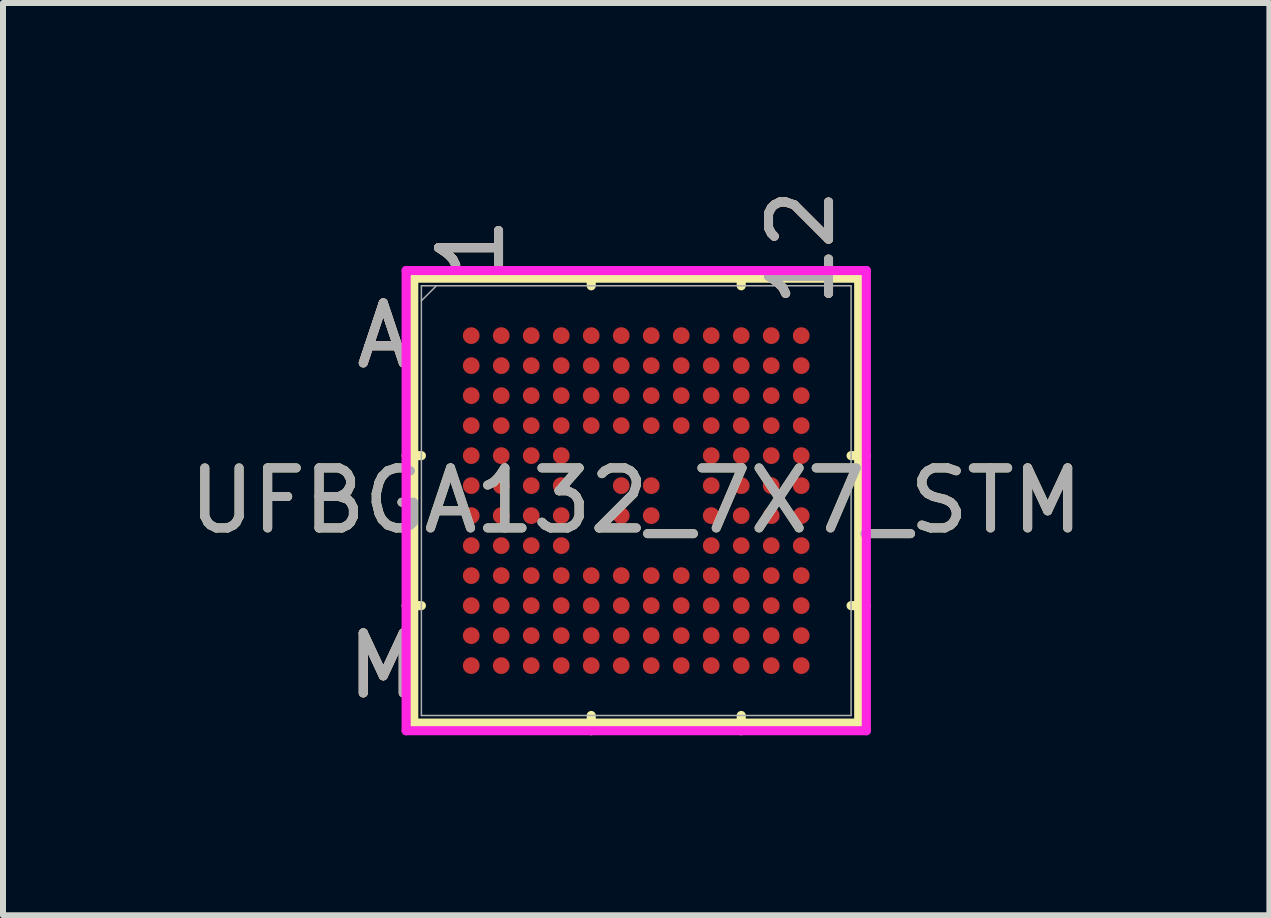
<source format=kicad_pcb>
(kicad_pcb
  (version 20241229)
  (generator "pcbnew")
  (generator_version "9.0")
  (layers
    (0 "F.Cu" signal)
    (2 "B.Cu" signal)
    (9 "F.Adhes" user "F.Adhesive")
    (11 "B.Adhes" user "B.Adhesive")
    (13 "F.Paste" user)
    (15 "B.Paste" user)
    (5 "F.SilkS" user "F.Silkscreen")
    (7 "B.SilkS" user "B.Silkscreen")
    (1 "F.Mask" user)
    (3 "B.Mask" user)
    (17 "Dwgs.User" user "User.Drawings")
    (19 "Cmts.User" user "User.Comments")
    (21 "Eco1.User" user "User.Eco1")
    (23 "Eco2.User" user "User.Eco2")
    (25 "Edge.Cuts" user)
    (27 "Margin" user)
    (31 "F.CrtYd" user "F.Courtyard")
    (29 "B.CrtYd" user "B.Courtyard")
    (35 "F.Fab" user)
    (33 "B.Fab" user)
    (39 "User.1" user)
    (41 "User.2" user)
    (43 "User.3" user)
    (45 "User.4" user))
  (footprint "UFBGA132_7X7_STM"
    (layer "F.Cu")
    (at 7.554 5.294)
    (property "Reference" "UFBGA132_7X7_STM" (at 0 0 0) (unlocked yes) (layer "F.SilkS") (effects (font (size 1 1) (thickness 0.15))))
    (attr smd)
    (fp_line (start -3.708 -3.708) (end -3.708 3.708) (stroke (width 0.152) (type solid)) (layer "F.SilkS"))
    (fp_line (start -3.708 3.708) (end 3.708 3.708) (stroke (width 0.152) (type solid)) (layer "F.SilkS"))
    (fp_line (start -3.581 -0.75) (end -3.835 -0.75) (stroke (width 0.152) (type solid)) (layer "F.SilkS"))
    (fp_line (start -3.581 1.75) (end -3.835 1.75) (stroke (width 0.152) (type solid)) (layer "F.SilkS"))
    (fp_line (start -0.75 -3.581) (end -0.75 -3.835) (stroke (width 0.152) (type solid)) (layer "F.SilkS"))
    (fp_line (start -0.75 3.581) (end -0.75 3.835) (stroke (width 0.152) (type solid)) (layer "F.SilkS"))
    (fp_line (start 1.75 -3.581) (end 1.75 -3.835) (stroke (width 0.152) (type solid)) (layer "F.SilkS"))
    (fp_line (start 1.75 3.581) (end 1.75 3.835) (stroke (width 0.152) (type solid)) (layer "F.SilkS"))
    (fp_line (start 3.581 -0.75) (end 3.835 -0.75) (stroke (width 0.152) (type solid)) (layer "F.SilkS"))
    (fp_line (start 3.581 1.75) (end 3.835 1.75) (stroke (width 0.152) (type solid)) (layer "F.SilkS"))
    (fp_line (start 3.708 -3.708) (end -3.708 -3.708) (stroke (width 0.152) (type solid)) (layer "F.SilkS"))
    (fp_line (start 3.708 3.708) (end 3.708 -3.708) (stroke (width 0.152) (type solid)) (layer "F.SilkS"))
    (fp_poly (pts (xy -3.445 -3.445) (xy 3.445 -3.445) (xy 3.445 3.445) (xy -3.445 3.445)) (stroke (width 0.1) (type solid)) (fill no) (layer "Eco2.User"))
    (fp_line (start -3.835 -3.835) (end 3.835 -3.835) (stroke (width 0.152) (type solid)) (layer "F.CrtYd"))
    (fp_line (start -3.835 3.835) (end -3.835 -3.835) (stroke (width 0.152) (type solid)) (layer "F.CrtYd"))
    (fp_line (start 3.835 -3.835) (end 3.835 3.835) (stroke (width 0.152) (type solid)) (layer "F.CrtYd"))
    (fp_line (start 3.835 3.835) (end -3.835 3.835) (stroke (width 0.152) (type solid)) (layer "F.CrtYd"))
    (fp_line (start -3.581 -3.581) (end -3.581 3.581) (stroke (width 0.025) (type solid)) (layer "F.Fab"))
    (fp_line (start -3.581 3.581) (end 3.581 3.581) (stroke (width 0.025) (type solid)) (layer "F.Fab"))
    (fp_line (start -3.331 -3.581) (end -3.581 -3.331) (stroke (width 0.025) (type solid)) (layer "F.Fab"))
    (fp_line (start 3.581 -3.581) (end -3.581 -3.581) (stroke (width 0.025) (type solid)) (layer "F.Fab"))
    (fp_line (start 3.581 3.581) (end 3.581 -3.581) (stroke (width 0.025) (type solid)) (layer "F.Fab"))
    (fp_text user "A" (at -4.216 -2.75 0) (unlocked yes) (layer "F.SilkS") (effects (font (size 1 1) (thickness 0.15))))
    (fp_text user "1" (at -2.75 -4.216 90) (unlocked yes) (layer "F.SilkS") (effects (font (size 1 1) (thickness 0.15))))
    (fp_text user "M" (at -4.216 2.75 0) (unlocked yes) (layer "F.SilkS") (effects (font (size 1 1) (thickness 0.15))))
    (fp_text user "12" (at 2.75 -4.216 90) (unlocked yes) (layer "F.SilkS") (effects (font (size 1 1) (thickness 0.15))))
    (fp_text user "A" (at -4.216 -2.75 0) (unlocked yes) (layer "B.SilkS") (effects (font (size 1 1) (thickness 0.15))))
    (fp_text user "M" (at -4.216 2.75 0) (unlocked yes) (layer "B.SilkS") (effects (font (size 1 1) (thickness 0.15))))
    (fp_text user "1" (at -2.75 -4.216 90) (unlocked yes) (layer "B.SilkS") (effects (font (size 1 1) (thickness 0.15))))
    (fp_text user "12" (at 2.75 -4.216 90) (unlocked yes) (layer "B.SilkS") (effects (font (size 1 1) (thickness 0.15))))
    (fp_text user "1" (at -2.75 -4.216 90) (unlocked yes) (layer "F.Fab") (effects (font (size 1 1) (thickness 0.15))))
    (fp_text user "12" (at 2.75 -4.216 90) (unlocked yes) (layer "F.Fab") (effects (font (size 1 1) (thickness 0.15))))
    (fp_text user "M" (at -4.216 2.75 0) (unlocked yes) (layer "F.Fab") (effects (font (size 1 1) (thickness 0.15))))
    (fp_text user "${REFERENCE}" (at 0 0 0) (unlocked yes) (layer "F.Fab") (effects (font (size 1 1) (thickness 0.15))))
    (fp_text user "A" (at -4.216 -2.75 0) (unlocked yes) (layer "F.Fab") (effects (font (size 1 1) (thickness 0.15))))
    (pad "A1" smd circle (at -2.75 -2.75) (size 0.279 0.279) (layers "F.Cu" "F.Mask" "F.Paste"))
    (pad "A2" smd circle (at -2.25 -2.75) (size 0.279 0.279) (layers "F.Cu" "F.Mask" "F.Paste"))
    (pad "A3" smd circle (at -1.75 -2.75) (size 0.279 0.279) (layers "F.Cu" "F.Mask" "F.Paste"))
    (pad "A4" smd circle (at -1.25 -2.75) (size 0.279 0.279) (layers "F.Cu" "F.Mask" "F.Paste"))
    (pad "A5" smd circle (at -0.75 -2.75) (size 0.279 0.279) (layers "F.Cu" "F.Mask" "F.Paste"))
    (pad "A6" smd circle (at -0.25 -2.75) (size 0.279 0.279) (layers "F.Cu" "F.Mask" "F.Paste"))
    (pad "A7" smd circle (at 0.25 -2.75) (size 0.279 0.279) (layers "F.Cu" "F.Mask" "F.Paste"))
    (pad "A8" smd circle (at 0.75 -2.75) (size 0.279 0.279) (layers "F.Cu" "F.Mask" "F.Paste"))
    (pad "A9" smd circle (at 1.25 -2.75) (size 0.279 0.279) (layers "F.Cu" "F.Mask" "F.Paste"))
    (pad "A10" smd circle (at 1.75 -2.75) (size 0.279 0.279) (layers "F.Cu" "F.Mask" "F.Paste"))
    (pad "A11" smd circle (at 2.25 -2.75) (size 0.279 0.279) (layers "F.Cu" "F.Mask" "F.Paste"))
    (pad "A12" smd circle (at 2.75 -2.75) (size 0.279 0.279) (layers "F.Cu" "F.Mask" "F.Paste"))
    (pad "B1" smd circle (at -2.75 -2.25) (size 0.279 0.279) (layers "F.Cu" "F.Mask" "F.Paste"))
    (pad "B2" smd circle (at -2.25 -2.25) (size 0.279 0.279) (layers "F.Cu" "F.Mask" "F.Paste"))
    (pad "B3" smd circle (at -1.75 -2.25) (size 0.279 0.279) (layers "F.Cu" "F.Mask" "F.Paste"))
    (pad "B4" smd circle (at -1.25 -2.25) (size 0.279 0.279) (layers "F.Cu" "F.Mask" "F.Paste"))
    (pad "B5" smd circle (at -0.75 -2.25) (size 0.279 0.279) (layers "F.Cu" "F.Mask" "F.Paste"))
    (pad "B6" smd circle (at -0.25 -2.25) (size 0.279 0.279) (layers "F.Cu" "F.Mask" "F.Paste"))
    (pad "B7" smd circle (at 0.25 -2.25) (size 0.279 0.279) (layers "F.Cu" "F.Mask" "F.Paste"))
    (pad "B8" smd circle (at 0.75 -2.25) (size 0.279 0.279) (layers "F.Cu" "F.Mask" "F.Paste"))
    (pad "B9" smd circle (at 1.25 -2.25) (size 0.279 0.279) (layers "F.Cu" "F.Mask" "F.Paste"))
    (pad "B10" smd circle (at 1.75 -2.25) (size 0.279 0.279) (layers "F.Cu" "F.Mask" "F.Paste"))
    (pad "B11" smd circle (at 2.25 -2.25) (size 0.279 0.279) (layers "F.Cu" "F.Mask" "F.Paste"))
    (pad "B12" smd circle (at 2.75 -2.25) (size 0.279 0.279) (layers "F.Cu" "F.Mask" "F.Paste"))
    (pad "C1" smd circle (at -2.75 -1.75) (size 0.279 0.279) (layers "F.Cu" "F.Mask" "F.Paste"))
    (pad "C2" smd circle (at -2.25 -1.75) (size 0.279 0.279) (layers "F.Cu" "F.Mask" "F.Paste"))
    (pad "C3" smd circle (at -1.75 -1.75) (size 0.279 0.279) (layers "F.Cu" "F.Mask" "F.Paste"))
    (pad "C4" smd circle (at -1.25 -1.75) (size 0.279 0.279) (layers "F.Cu" "F.Mask" "F.Paste"))
    (pad "C5" smd circle (at -0.75 -1.75) (size 0.279 0.279) (layers "F.Cu" "F.Mask" "F.Paste"))
    (pad "C6" smd circle (at -0.25 -1.75) (size 0.279 0.279) (layers "F.Cu" "F.Mask" "F.Paste"))
    (pad "C7" smd circle (at 0.25 -1.75) (size 0.279 0.279) (layers "F.Cu" "F.Mask" "F.Paste"))
    (pad "C8" smd circle (at 0.75 -1.75) (size 0.279 0.279) (layers "F.Cu" "F.Mask" "F.Paste"))
    (pad "C9" smd circle (at 1.25 -1.75) (size 0.279 0.279) (layers "F.Cu" "F.Mask" "F.Paste"))
    (pad "C10" smd circle (at 1.75 -1.75) (size 0.279 0.279) (layers "F.Cu" "F.Mask" "F.Paste"))
    (pad "C11" smd circle (at 2.25 -1.75) (size 0.279 0.279) (layers "F.Cu" "F.Mask" "F.Paste"))
    (pad "C12" smd circle (at 2.75 -1.75) (size 0.279 0.279) (layers "F.Cu" "F.Mask" "F.Paste"))
    (pad "D1" smd circle (at -2.75 -1.25) (size 0.279 0.279) (layers "F.Cu" "F.Mask" "F.Paste"))
    (pad "D2" smd circle (at -2.25 -1.25) (size 0.279 0.279) (layers "F.Cu" "F.Mask" "F.Paste"))
    (pad "D3" smd circle (at -1.75 -1.25) (size 0.279 0.279) (layers "F.Cu" "F.Mask" "F.Paste"))
    (pad "D4" smd circle (at -1.25 -1.25) (size 0.279 0.279) (layers "F.Cu" "F.Mask" "F.Paste"))
    (pad "D5" smd circle (at -0.75 -1.25) (size 0.279 0.279) (layers "F.Cu" "F.Mask" "F.Paste"))
    (pad "D6" smd circle (at -0.25 -1.25) (size 0.279 0.279) (layers "F.Cu" "F.Mask" "F.Paste"))
    (pad "D7" smd circle (at 0.25 -1.25) (size 0.279 0.279) (layers "F.Cu" "F.Mask" "F.Paste"))
    (pad "D8" smd circle (at 0.75 -1.25) (size 0.279 0.279) (layers "F.Cu" "F.Mask" "F.Paste"))
    (pad "D9" smd circle (at 1.25 -1.25) (size 0.279 0.279) (layers "F.Cu" "F.Mask" "F.Paste"))
    (pad "D10" smd circle (at 1.75 -1.25) (size 0.279 0.279) (layers "F.Cu" "F.Mask" "F.Paste"))
    (pad "D11" smd circle (at 2.25 -1.25) (size 0.279 0.279) (layers "F.Cu" "F.Mask" "F.Paste"))
    (pad "D12" smd circle (at 2.75 -1.25) (size 0.279 0.279) (layers "F.Cu" "F.Mask" "F.Paste"))
    (pad "E1" smd circle (at -2.75 -0.75) (size 0.279 0.279) (layers "F.Cu" "F.Mask" "F.Paste"))
    (pad "E2" smd circle (at -2.25 -0.75) (size 0.279 0.279) (layers "F.Cu" "F.Mask" "F.Paste"))
    (pad "E3" smd circle (at -1.75 -0.75) (size 0.279 0.279) (layers "F.Cu" "F.Mask" "F.Paste"))
    (pad "E4" smd circle (at -1.25 -0.75) (size 0.279 0.279) (layers "F.Cu" "F.Mask" "F.Paste"))
    (pad "E9" smd circle (at 1.25 -0.75) (size 0.279 0.279) (layers "F.Cu" "F.Mask" "F.Paste"))
    (pad "E10" smd circle (at 1.75 -0.75) (size 0.279 0.279) (layers "F.Cu" "F.Mask" "F.Paste"))
    (pad "E11" smd circle (at 2.25 -0.75) (size 0.279 0.279) (layers "F.Cu" "F.Mask" "F.Paste"))
    (pad "E12" smd circle (at 2.75 -0.75) (size 0.279 0.279) (layers "F.Cu" "F.Mask" "F.Paste"))
    (pad "F1" smd circle (at -2.75 -0.25) (size 0.279 0.279) (layers "F.Cu" "F.Mask" "F.Paste"))
    (pad "F2" smd circle (at -2.25 -0.25) (size 0.279 0.279) (layers "F.Cu" "F.Mask" "F.Paste"))
    (pad "F3" smd circle (at -1.75 -0.25) (size 0.279 0.279) (layers "F.Cu" "F.Mask" "F.Paste"))
    (pad "F4" smd circle (at -1.25 -0.25) (size 0.279 0.279) (layers "F.Cu" "F.Mask" "F.Paste"))
    (pad "F6" smd circle (at -0.25 -0.25) (size 0.279 0.279) (layers "F.Cu" "F.Mask" "F.Paste"))
    (pad "F7" smd circle (at 0.25 -0.25) (size 0.279 0.279) (layers "F.Cu" "F.Mask" "F.Paste"))
    (pad "F9" smd circle (at 1.25 -0.25) (size 0.279 0.279) (layers "F.Cu" "F.Mask" "F.Paste"))
    (pad "F10" smd circle (at 1.75 -0.25) (size 0.279 0.279) (layers "F.Cu" "F.Mask" "F.Paste"))
    (pad "F11" smd circle (at 2.25 -0.25) (size 0.279 0.279) (layers "F.Cu" "F.Mask" "F.Paste"))
    (pad "F12" smd circle (at 2.75 -0.25) (size 0.279 0.279) (layers "F.Cu" "F.Mask" "F.Paste"))
    (pad "G1" smd circle (at -2.75 0.25) (size 0.279 0.279) (layers "F.Cu" "F.Mask" "F.Paste"))
    (pad "G2" smd circle (at -2.25 0.25) (size 0.279 0.279) (layers "F.Cu" "F.Mask" "F.Paste"))
    (pad "G3" smd circle (at -1.75 0.25) (size 0.279 0.279) (layers "F.Cu" "F.Mask" "F.Paste"))
    (pad "G4" smd circle (at -1.25 0.25) (size 0.279 0.279) (layers "F.Cu" "F.Mask" "F.Paste"))
    (pad "G6" smd circle (at -0.25 0.25) (size 0.279 0.279) (layers "F.Cu" "F.Mask" "F.Paste"))
    (pad "G7" smd circle (at 0.25 0.25) (size 0.279 0.279) (layers "F.Cu" "F.Mask" "F.Paste"))
    (pad "G9" smd circle (at 1.25 0.25) (size 0.279 0.279) (layers "F.Cu" "F.Mask" "F.Paste"))
    (pad "G10" smd circle (at 1.75 0.25) (size 0.279 0.279) (layers "F.Cu" "F.Mask" "F.Paste"))
    (pad "G11" smd circle (at 2.25 0.25) (size 0.279 0.279) (layers "F.Cu" "F.Mask" "F.Paste"))
    (pad "G12" smd circle (at 2.75 0.25) (size 0.279 0.279) (layers "F.Cu" "F.Mask" "F.Paste"))
    (pad "H1" smd circle (at -2.75 0.75) (size 0.279 0.279) (layers "F.Cu" "F.Mask" "F.Paste"))
    (pad "H2" smd circle (at -2.25 0.75) (size 0.279 0.279) (layers "F.Cu" "F.Mask" "F.Paste"))
    (pad "H3" smd circle (at -1.75 0.75) (size 0.279 0.279) (layers "F.Cu" "F.Mask" "F.Paste"))
    (pad "H4" smd circle (at -1.25 0.75) (size 0.279 0.279) (layers "F.Cu" "F.Mask" "F.Paste"))
    (pad "H9" smd circle (at 1.25 0.75) (size 0.279 0.279) (layers "F.Cu" "F.Mask" "F.Paste"))
    (pad "H10" smd circle (at 1.75 0.75) (size 0.279 0.279) (layers "F.Cu" "F.Mask" "F.Paste"))
    (pad "H11" smd circle (at 2.25 0.75) (size 0.279 0.279) (layers "F.Cu" "F.Mask" "F.Paste"))
    (pad "H12" smd circle (at 2.75 0.75) (size 0.279 0.279) (layers "F.Cu" "F.Mask" "F.Paste"))
    (pad "J1" smd circle (at -2.75 1.25) (size 0.279 0.279) (layers "F.Cu" "F.Mask" "F.Paste"))
    (pad "J2" smd circle (at -2.25 1.25) (size 0.279 0.279) (layers "F.Cu" "F.Mask" "F.Paste"))
    (pad "J3" smd circle (at -1.75 1.25) (size 0.279 0.279) (layers "F.Cu" "F.Mask" "F.Paste"))
    (pad "J4" smd circle (at -1.25 1.25) (size 0.279 0.279) (layers "F.Cu" "F.Mask" "F.Paste"))
    (pad "J5" smd circle (at -0.75 1.25) (size 0.279 0.279) (layers "F.Cu" "F.Mask" "F.Paste"))
    (pad "J6" smd circle (at -0.25 1.25) (size 0.279 0.279) (layers "F.Cu" "F.Mask" "F.Paste"))
    (pad "J7" smd circle (at 0.25 1.25) (size 0.279 0.279) (layers "F.Cu" "F.Mask" "F.Paste"))
    (pad "J8" smd circle (at 0.75 1.25) (size 0.279 0.279) (layers "F.Cu" "F.Mask" "F.Paste"))
    (pad "J9" smd circle (at 1.25 1.25) (size 0.279 0.279) (layers "F.Cu" "F.Mask" "F.Paste"))
    (pad "J10" smd circle (at 1.75 1.25) (size 0.279 0.279) (layers "F.Cu" "F.Mask" "F.Paste"))
    (pad "J11" smd circle (at 2.25 1.25) (size 0.279 0.279) (layers "F.Cu" "F.Mask" "F.Paste"))
    (pad "J12" smd circle (at 2.75 1.25) (size 0.279 0.279) (layers "F.Cu" "F.Mask" "F.Paste"))
    (pad "K1" smd circle (at -2.75 1.75) (size 0.279 0.279) (layers "F.Cu" "F.Mask" "F.Paste"))
    (pad "K2" smd circle (at -2.25 1.75) (size 0.279 0.279) (layers "F.Cu" "F.Mask" "F.Paste"))
    (pad "K3" smd circle (at -1.75 1.75) (size 0.279 0.279) (layers "F.Cu" "F.Mask" "F.Paste"))
    (pad "K4" smd circle (at -1.25 1.75) (size 0.279 0.279) (layers "F.Cu" "F.Mask" "F.Paste"))
    (pad "K5" smd circle (at -0.75 1.75) (size 0.279 0.279) (layers "F.Cu" "F.Mask" "F.Paste"))
    (pad "K6" smd circle (at -0.25 1.75) (size 0.279 0.279) (layers "F.Cu" "F.Mask" "F.Paste"))
    (pad "K7" smd circle (at 0.25 1.75) (size 0.279 0.279) (layers "F.Cu" "F.Mask" "F.Paste"))
    (pad "K8" smd circle (at 0.75 1.75) (size 0.279 0.279) (layers "F.Cu" "F.Mask" "F.Paste"))
    (pad "K9" smd circle (at 1.25 1.75) (size 0.279 0.279) (layers "F.Cu" "F.Mask" "F.Paste"))
    (pad "K10" smd circle (at 1.75 1.75) (size 0.279 0.279) (layers "F.Cu" "F.Mask" "F.Paste"))
    (pad "K11" smd circle (at 2.25 1.75) (size 0.279 0.279) (layers "F.Cu" "F.Mask" "F.Paste"))
    (pad "K12" smd circle (at 2.75 1.75) (size 0.279 0.279) (layers "F.Cu" "F.Mask" "F.Paste"))
    (pad "L1" smd circle (at -2.75 2.25) (size 0.279 0.279) (layers "F.Cu" "F.Mask" "F.Paste"))
    (pad "L2" smd circle (at -2.25 2.25) (size 0.279 0.279) (layers "F.Cu" "F.Mask" "F.Paste"))
    (pad "L3" smd circle (at -1.75 2.25) (size 0.279 0.279) (layers "F.Cu" "F.Mask" "F.Paste"))
    (pad "L4" smd circle (at -1.25 2.25) (size 0.279 0.279) (layers "F.Cu" "F.Mask" "F.Paste"))
    (pad "L5" smd circle (at -0.75 2.25) (size 0.279 0.279) (layers "F.Cu" "F.Mask" "F.Paste"))
    (pad "L6" smd circle (at -0.25 2.25) (size 0.279 0.279) (layers "F.Cu" "F.Mask" "F.Paste"))
    (pad "L7" smd circle (at 0.25 2.25) (size 0.279 0.279) (layers "F.Cu" "F.Mask" "F.Paste"))
    (pad "L8" smd circle (at 0.75 2.25) (size 0.279 0.279) (layers "F.Cu" "F.Mask" "F.Paste"))
    (pad "L9" smd circle (at 1.25 2.25) (size 0.279 0.279) (layers "F.Cu" "F.Mask" "F.Paste"))
    (pad "L10" smd circle (at 1.75 2.25) (size 0.279 0.279) (layers "F.Cu" "F.Mask" "F.Paste"))
    (pad "L11" smd circle (at 2.25 2.25) (size 0.279 0.279) (layers "F.Cu" "F.Mask" "F.Paste"))
    (pad "L12" smd circle (at 2.75 2.25) (size 0.279 0.279) (layers "F.Cu" "F.Mask" "F.Paste"))
    (pad "M1" smd circle (at -2.75 2.75) (size 0.279 0.279) (layers "F.Cu" "F.Mask" "F.Paste"))
    (pad "M2" smd circle (at -2.25 2.75) (size 0.279 0.279) (layers "F.Cu" "F.Mask" "F.Paste"))
    (pad "M3" smd circle (at -1.75 2.75) (size 0.279 0.279) (layers "F.Cu" "F.Mask" "F.Paste"))
    (pad "M4" smd circle (at -1.25 2.75) (size 0.279 0.279) (layers "F.Cu" "F.Mask" "F.Paste"))
    (pad "M5" smd circle (at -0.75 2.75) (size 0.279 0.279) (layers "F.Cu" "F.Mask" "F.Paste"))
    (pad "M6" smd circle (at -0.25 2.75) (size 0.279 0.279) (layers "F.Cu" "F.Mask" "F.Paste"))
    (pad "M7" smd circle (at 0.25 2.75) (size 0.279 0.279) (layers "F.Cu" "F.Mask" "F.Paste"))
    (pad "M8" smd circle (at 0.75 2.75) (size 0.279 0.279) (layers "F.Cu" "F.Mask" "F.Paste"))
    (pad "M9" smd circle (at 1.25 2.75) (size 0.279 0.279) (layers "F.Cu" "F.Mask" "F.Paste"))
    (pad "M10" smd circle (at 1.75 2.75) (size 0.279 0.279) (layers "F.Cu" "F.Mask" "F.Paste"))
    (pad "M11" smd circle (at 2.25 2.75) (size 0.279 0.279) (layers "F.Cu" "F.Mask" "F.Paste"))
    (pad "M12" smd circle (at 2.75 2.75) (size 0.279 0.279) (layers "F.Cu" "F.Mask" "F.Paste")))
  (gr_rect
    (start -3 -3)
    (end 18.107 12.205)
    (stroke (width 0.1) (type default))
    (fill no)
    (layer "Edge.Cuts")))
</source>
